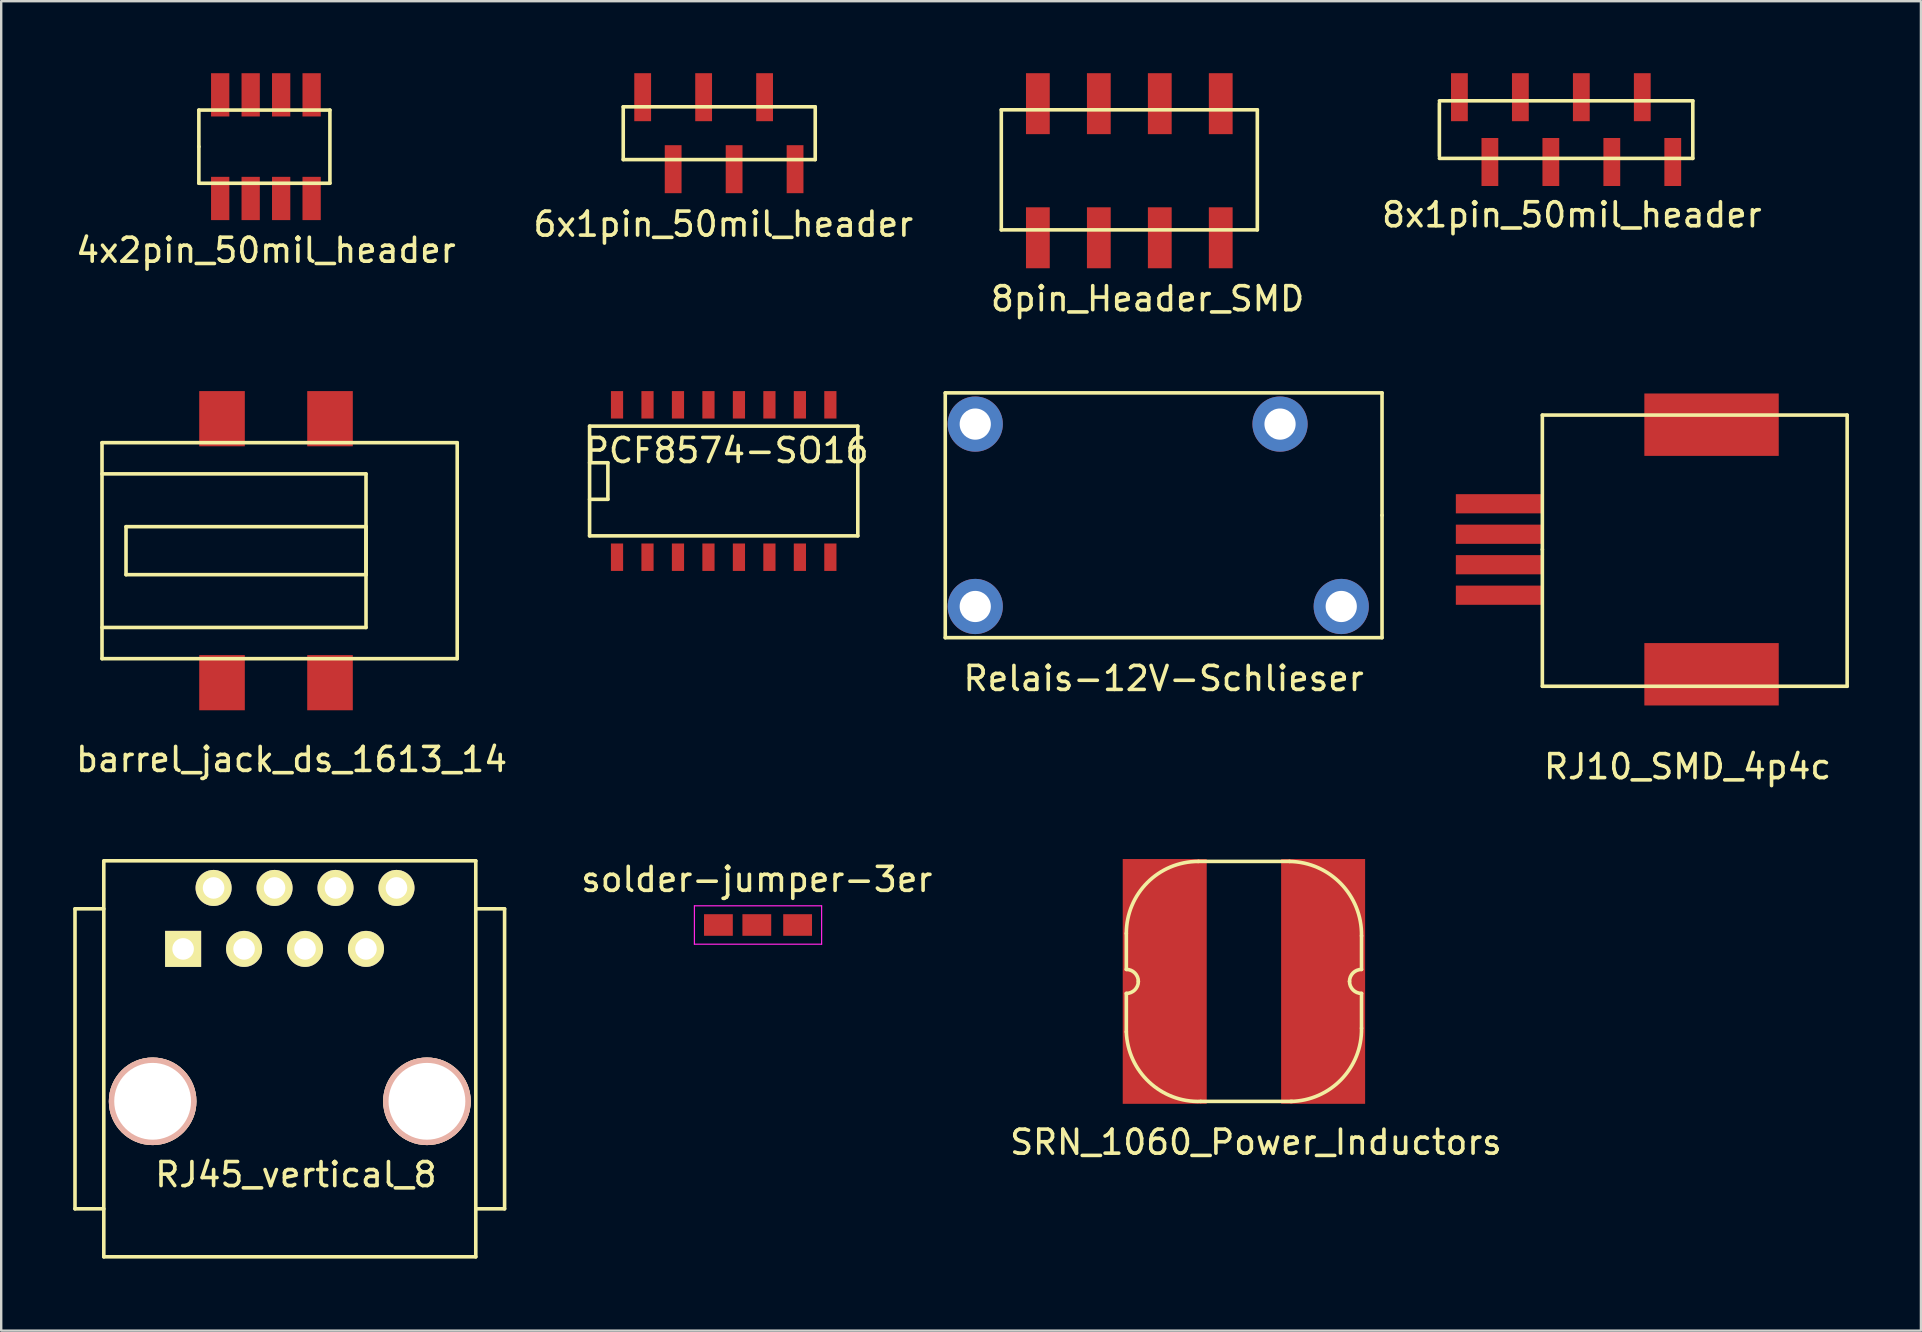
<source format=kicad_pcb>
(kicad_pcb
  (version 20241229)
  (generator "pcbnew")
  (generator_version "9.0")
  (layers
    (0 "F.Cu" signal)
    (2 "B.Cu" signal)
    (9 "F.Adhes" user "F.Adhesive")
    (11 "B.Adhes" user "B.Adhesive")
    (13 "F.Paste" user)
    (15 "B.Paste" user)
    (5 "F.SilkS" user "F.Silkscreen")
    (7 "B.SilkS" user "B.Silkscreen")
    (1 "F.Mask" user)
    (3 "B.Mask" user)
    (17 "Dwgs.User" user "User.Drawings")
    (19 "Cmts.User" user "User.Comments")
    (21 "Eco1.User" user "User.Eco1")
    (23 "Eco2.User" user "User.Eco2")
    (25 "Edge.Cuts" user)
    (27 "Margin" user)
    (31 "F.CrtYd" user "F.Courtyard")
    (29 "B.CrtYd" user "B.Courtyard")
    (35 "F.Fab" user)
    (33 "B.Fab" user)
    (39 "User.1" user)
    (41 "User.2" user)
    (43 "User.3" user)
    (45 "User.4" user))
  (footprint "RJ45_vertical_8"
    (layer "F.Cu")
    (at 9.025 41.069)
    (property "Reference" "RJ45_vertical_8" (at 0.254 4.826 0) (layer "F.SilkS") (effects (font (size 1 1) (thickness 0.15))))
    (attr through_hole)
    (fp_line (start -8.95 -6.25) (end -8.95 6.25) (stroke (width 0.15) (type solid)) (layer "F.SilkS"))
    (fp_line (start -8.95 6.25) (end -7.75 6.25) (stroke (width 0.15) (type solid)) (layer "F.SilkS"))
    (fp_line (start -7.75 -8.25) (end -7.75 8.25) (stroke (width 0.15) (type solid)) (layer "F.SilkS"))
    (fp_line (start -7.75 -6.25) (end -8.95 -6.25) (stroke (width 0.15) (type solid)) (layer "F.SilkS"))
    (fp_line (start -7.75 8.25) (end 7.75 8.25) (stroke (width 0.15) (type solid)) (layer "F.SilkS"))
    (fp_line (start 7.75 -8.25) (end -7.74 -8.25) (stroke (width 0.15) (type solid)) (layer "F.SilkS"))
    (fp_line (start 7.75 -6.25) (end 8.95 -6.25) (stroke (width 0.15) (type solid)) (layer "F.SilkS"))
    (fp_line (start 7.75 8.25) (end 7.75 -8.25) (stroke (width 0.15) (type solid)) (layer "F.SilkS"))
    (fp_line (start 8.95 -6.25) (end 8.95 6.25) (stroke (width 0.15) (type solid)) (layer "F.SilkS"))
    (fp_line (start 8.95 6.25) (end 7.75 6.25) (stroke (width 0.15) (type solid)) (layer "F.SilkS"))
    (pad "" np_thru_hole circle (at -5.715 1.77) (size 3.65 3.65) (drill 3.2) (layers "*.Cu" "*.SilkS" "*.Mask"))
    (pad "" np_thru_hole circle (at 5.715 1.77) (size 3.65 3.65) (drill 3.2) (layers "*.Cu" "*.SilkS" "*.Mask"))
    (pad "1" thru_hole rect (at -4.445 -4.58) (size 1.501 1.501) (drill 0.899) (layers "*.Cu" "*.Mask" "F.SilkS"))
    (pad "2" thru_hole circle (at -3.175 -7.12) (size 1.501 1.501) (drill 0.899) (layers "*.Cu" "*.Mask" "F.SilkS"))
    (pad "3" thru_hole circle (at -1.905 -4.58) (size 1.501 1.501) (drill 0.899) (layers "*.Cu" "*.Mask" "F.SilkS"))
    (pad "4" thru_hole circle (at -0.635 -7.12) (size 1.501 1.501) (drill 0.899) (layers "*.Cu" "*.Mask" "F.SilkS"))
    (pad "5" thru_hole circle (at 0.635 -4.58) (size 1.501 1.501) (drill 0.899) (layers "*.Cu" "*.Mask" "F.SilkS"))
    (pad "6" thru_hole circle (at 1.905 -7.12) (size 1.501 1.501) (drill 0.899) (layers "*.Cu" "*.Mask" "F.SilkS"))
    (pad "7" thru_hole circle (at 3.175 -4.58) (size 1.501 1.501) (drill 0.899) (layers "*.Cu" "*.Mask" "F.SilkS"))
    (pad "8" thru_hole circle (at 4.445 -7.12) (size 1.501 1.501) (drill 0.899) (layers "*.Cu" "*.Mask" "F.SilkS")))
  (footprint "solder-jumper-3er"
    (layer "F.Cu")
    (at 28.485 35.493)
    (property "Reference" "solder-jumper-3er" (at 0 -1.9 0) (layer "F.SilkS") (effects (font (size 1 1) (thickness 0.15))))
    (attr smd)
    (fp_line (start -2.6 -0.8) (end -2.6 0.8) (stroke (width 0.05) (type solid)) (layer "F.CrtYd"))
    (fp_line (start -2.6 -0.8) (end 2.7 -0.8) (stroke (width 0.05) (type solid)) (layer "F.CrtYd"))
    (fp_line (start -2.6 0.8) (end 2.7 0.8) (stroke (width 0.05) (type solid)) (layer "F.CrtYd"))
    (fp_line (start 2.7 -0.8) (end 2.7 0.8) (stroke (width 0.05) (type solid)) (layer "F.CrtYd"))
    (pad "1" smd rect (at -1.6 0) (size 1.2 0.9) (layers "F.Cu" "F.Mask" "F.Paste"))
    (pad "2" smd rect (at 0 0) (size 1.2 0.9) (layers "F.Cu" "F.Mask" "F.Paste"))
    (pad "3" smd rect (at 1.7 0) (size 1.2 0.9) (layers "F.Cu" "F.Mask" "F.Paste")))
  (footprint "barrel_jack_ds_1613_14"
    (layer "F.Cu")
    (at 8.601 19.896)
    (property "Reference" "barrel_jack_ds_1613_14" (at 0.5 8.7 0) (layer "F.SilkS") (effects (font (size 1 1) (thickness 0.15))))
    (attr through_hole)
    (fp_line (start -7.4 -4.5) (end 7.4 -4.5) (stroke (width 0.15) (type solid)) (layer "F.SilkS"))
    (fp_line (start -7.4 -3.2) (end 3.6 -3.2) (stroke (width 0.15) (type solid)) (layer "F.SilkS"))
    (fp_line (start -7.4 4.5) (end -7.4 -4.5) (stroke (width 0.15) (type solid)) (layer "F.SilkS"))
    (fp_line (start -6.4 -1) (end 3.6 -1) (stroke (width 0.15) (type solid)) (layer "F.SilkS"))
    (fp_line (start -6.4 1) (end -6.4 -1) (stroke (width 0.15) (type solid)) (layer "F.SilkS"))
    (fp_line (start 3.6 -3.2) (end 3.6 3.2) (stroke (width 0.15) (type solid)) (layer "F.SilkS"))
    (fp_line (start 3.6 -1) (end 3.6 1) (stroke (width 0.15) (type solid)) (layer "F.SilkS"))
    (fp_line (start 3.6 1) (end -6.4 1) (stroke (width 0.15) (type solid)) (layer "F.SilkS"))
    (fp_line (start 3.6 3.2) (end -7.4 3.2) (stroke (width 0.15) (type solid)) (layer "F.SilkS"))
    (fp_line (start 7.4 -4.5) (end 7.4 4.5) (stroke (width 0.15) (type solid)) (layer "F.SilkS"))
    (fp_line (start 7.4 4.5) (end -7.4 4.5) (stroke (width 0.15) (type solid)) (layer "F.SilkS"))
    (pad "1" smd rect (at -2.4 5.5) (size 1.9 2.3) (layers "F.Cu" "F.Mask" "F.Paste"))
    (pad "2" smd rect (at 2.1 5.5) (size 1.9 2.3) (layers "F.Cu" "F.Mask" "F.Paste"))
    (pad "3" smd rect (at 2.1 -5.5) (size 1.9 2.3) (layers "F.Cu" "F.Mask" "F.Paste"))
    (pad "4" smd rect (at -2.4 -5.5) (size 1.9 2.3) (layers "F.Cu" "F.Mask" "F.Paste")))
  (footprint "8x1pin_50mil_header"
    (layer "F.Cu")
    (at 62.206 2.35)
    (property "Reference" "8x1pin_50mil_header" (at 0.24 3.55 0) (layer "F.SilkS") (effects (font (size 1 1) (thickness 0.15))))
    (attr through_hole)
    (fp_line (start -5.28 -1.2) (end 5.28 -1.2) (stroke (width 0.15) (type solid)) (layer "F.SilkS"))
    (fp_line (start -5.28 1.1) (end -5.28 -1.1) (stroke (width 0.15) (type solid)) (layer "F.SilkS"))
    (fp_line (start 5.28 -1.2) (end 5.28 1.2) (stroke (width 0.15) (type solid)) (layer "F.SilkS"))
    (fp_line (start 5.28 1.2) (end -5.28 1.2) (stroke (width 0.15) (type solid)) (layer "F.SilkS"))
    (pad "1" smd rect (at -4.445 -1.35) (size 0.7 2) (layers "F.Cu" "F.Mask" "F.Paste"))
    (pad "2" smd rect (at -3.175 1.35) (size 0.7 2) (layers "F.Cu" "F.Mask" "F.Paste"))
    (pad "3" smd rect (at -1.905 -1.35) (size 0.7 2) (layers "F.Cu" "F.Mask" "F.Paste"))
    (pad "4" smd rect (at -0.635 1.35) (size 0.7 2) (layers "F.Cu" "F.Mask" "F.Paste"))
    (pad "5" smd rect (at 0.635 -1.35) (size 0.7 2) (layers "F.Cu" "F.Mask" "F.Paste"))
    (pad "6" smd rect (at 1.905 1.35) (size 0.7 2) (layers "F.Cu" "F.Mask" "F.Paste"))
    (pad "7" smd rect (at 3.175 -1.35) (size 0.7 2) (layers "F.Cu" "F.Mask" "F.Paste"))
    (pad "8" smd rect (at 4.445 1.35) (size 0.7 2) (layers "F.Cu" "F.Mask" "F.Paste")))
  (footprint "PCF8574-SO16"
    (layer "F.Cu")
    (at 27.105 16.993)
    (property "Reference" "PCF8574-SO16" (at 0.127 -1.27 0) (layer "F.SilkS") (effects (font (size 1 1) (thickness 0.15))))
    (attr smd)
    (fp_line (start -5.588 -2.286) (end 5.588 -2.286) (stroke (width 0.15) (type solid)) (layer "F.SilkS"))
    (fp_line (start -5.588 -0.762) (end -4.826 -0.762) (stroke (width 0.15) (type solid)) (layer "F.SilkS"))
    (fp_line (start -5.588 2.286) (end -5.588 -2.286) (stroke (width 0.15) (type solid)) (layer "F.SilkS"))
    (fp_line (start -4.826 -0.762) (end -4.826 0.762) (stroke (width 0.15) (type solid)) (layer "F.SilkS"))
    (fp_line (start -4.826 0.762) (end -5.588 0.762) (stroke (width 0.15) (type solid)) (layer "F.SilkS"))
    (fp_line (start 5.588 -2.286) (end 5.588 2.286) (stroke (width 0.15) (type solid)) (layer "F.SilkS"))
    (fp_line (start 5.588 2.286) (end -5.588 2.286) (stroke (width 0.15) (type solid)) (layer "F.SilkS"))
    (pad "1" smd rect (at -4.445 3.175) (size 0.508 1.143) (layers "F.Cu" "F.Mask" "F.Paste"))
    (pad "2" smd rect (at -3.175 3.175) (size 0.508 1.143) (layers "F.Cu" "F.Mask" "F.Paste"))
    (pad "3" smd rect (at -1.905 3.175) (size 0.508 1.143) (layers "F.Cu" "F.Mask" "F.Paste"))
    (pad "4" smd rect (at -0.635 3.175) (size 0.508 1.143) (layers "F.Cu" "F.Mask" "F.Paste"))
    (pad "5" smd rect (at 0.635 3.175) (size 0.508 1.143) (layers "F.Cu" "F.Mask" "F.Paste"))
    (pad "6" smd rect (at 1.905 3.175) (size 0.508 1.143) (layers "F.Cu" "F.Mask" "F.Paste"))
    (pad "7" smd rect (at 3.175 3.175) (size 0.508 1.143) (layers "F.Cu" "F.Mask" "F.Paste"))
    (pad "8" smd rect (at 4.445 3.175) (size 0.508 1.143) (layers "F.Cu" "F.Mask" "F.Paste"))
    (pad "9" smd rect (at 4.445 -3.175) (size 0.508 1.143) (layers "F.Cu" "F.Mask" "F.Paste"))
    (pad "10" smd rect (at 3.175 -3.175) (size 0.508 1.143) (layers "F.Cu" "F.Mask" "F.Paste"))
    (pad "11" smd rect (at 1.905 -3.175) (size 0.508 1.143) (layers "F.Cu" "F.Mask" "F.Paste"))
    (pad "12" smd rect (at 0.635 -3.175) (size 0.508 1.143) (layers "F.Cu" "F.Mask" "F.Paste"))
    (pad "13" smd rect (at -0.635 -3.175) (size 0.508 1.143) (layers "F.Cu" "F.Mask" "F.Paste"))
    (pad "14" smd rect (at -1.905 -3.175) (size 0.508 1.143) (layers "F.Cu" "F.Mask" "F.Paste"))
    (pad "15" smd rect (at -3.175 -3.175) (size 0.508 1.143) (layers "F.Cu" "F.Mask" "F.Paste"))
    (pad "16" smd rect (at -4.445 -3.175) (size 0.508 1.143) (layers "F.Cu" "F.Mask" "F.Paste")))
  (footprint "8pin_Header_SMD"
    (layer "F.Cu")
    (at 44.006 4.318)
    (property "Reference" "8pin_Header_SMD" (at 0.762 5.08 0) (layer "F.SilkS") (effects (font (size 1 1) (thickness 0.15))))
    (attr through_hole)
    (fp_line (start -5.334 -2.794) (end 5.334 -2.794) (stroke (width 0.15) (type solid)) (layer "F.SilkS"))
    (fp_line (start -5.334 2.21) (end -5.334 -2.794) (stroke (width 0.15) (type solid)) (layer "F.SilkS"))
    (fp_line (start 5.334 -2.794) (end 5.334 2.21) (stroke (width 0.15) (type solid)) (layer "F.SilkS"))
    (fp_line (start 5.334 2.21) (end -5.334 2.21) (stroke (width 0.15) (type solid)) (layer "F.SilkS"))
    (pad "1" smd rect (at -3.81 2.54) (size 0.991 2.54) (layers "F.Cu" "F.Mask" "F.Paste"))
    (pad "2" smd rect (at -3.81 -3.048) (size 0.991 2.54) (layers "F.Cu" "F.Mask" "F.Paste"))
    (pad "3" smd rect (at -1.27 2.54) (size 0.991 2.54) (layers "F.Cu" "F.Mask" "F.Paste"))
    (pad "4" smd rect (at -1.27 -3.048) (size 0.991 2.54) (layers "F.Cu" "F.Mask" "F.Paste"))
    (pad "5" smd rect (at 1.27 2.54) (size 0.991 2.54) (layers "F.Cu" "F.Mask" "F.Paste"))
    (pad "6" smd rect (at 1.27 -3.048) (size 0.991 2.54) (layers "F.Cu" "F.Mask" "F.Paste"))
    (pad "7" smd rect (at 3.81 2.54) (size 0.991 2.54) (layers "F.Cu" "F.Mask" "F.Paste"))
    (pad "8" smd rect (at 3.81 -3.048) (size 0.991 2.54) (layers "F.Cu" "F.Mask" "F.Paste")))
  (footprint "4x2pin_50mil_header"
    (layer "F.Cu")
    (at 8.03 3.061)
    (property "Reference" "4x2pin_50mil_header" (at 0 4.318 0) (layer "F.SilkS") (effects (font (size 1 1) (thickness 0.15))))
    (attr through_hole)
    (fp_line (start -2.794 -1.524) (end 2.667 -1.524) (stroke (width 0.15) (type solid)) (layer "F.SilkS"))
    (fp_line (start -2.794 0) (end -2.794 -1.524) (stroke (width 0.15) (type solid)) (layer "F.SilkS"))
    (fp_line (start -2.794 1.524) (end -2.794 0) (stroke (width 0.15) (type solid)) (layer "F.SilkS"))
    (fp_line (start 2.667 -1.524) (end 2.667 1.524) (stroke (width 0.15) (type solid)) (layer "F.SilkS"))
    (fp_line (start 2.667 1.524) (end -2.794 1.524) (stroke (width 0.15) (type solid)) (layer "F.SilkS"))
    (pad "1" smd rect (at -1.905 2.159) (size 0.762 1.803) (layers "F.Cu" "F.Mask" "F.Paste"))
    (pad "2" smd rect (at -0.635 2.159) (size 0.762 1.803) (layers "F.Cu" "F.Mask" "F.Paste"))
    (pad "3" smd rect (at 0.635 2.159) (size 0.762 1.803) (layers "F.Cu" "F.Mask" "F.Paste"))
    (pad "4" smd rect (at 1.905 2.159) (size 0.762 1.803) (layers "F.Cu" "F.Mask" "F.Paste"))
    (pad "5" smd rect (at 1.905 -2.159) (size 0.762 1.803) (layers "F.Cu" "F.Mask" "F.Paste"))
    (pad "6" smd rect (at 0.635 -2.159) (size 0.762 1.803) (layers "F.Cu" "F.Mask" "F.Paste"))
    (pad "7" smd rect (at -0.635 -2.159) (size 0.762 1.803) (layers "F.Cu" "F.Mask" "F.Paste"))
    (pad "8" smd rect (at -1.905 -2.159) (size 0.762 1.803) (layers "F.Cu" "F.Mask" "F.Paste")))
  (footprint "SRN_1060_Power_Inductors"
    (layer "F.Cu")
    (at 48.782 37.844)
    (property "Reference" "SRN_1060_Power_Inductors" (at 0.5 6.7 0) (layer "F.SilkS") (effects (font (size 1 1) (thickness 0.15))))
    (attr through_hole)
    (fp_line (start -4.9 -2) (end -4.9 -0.5) (stroke (width 0.15) (type solid)) (layer "F.SilkS"))
    (fp_line (start -4.9 2.1) (end -4.9 0.5) (stroke (width 0.15) (type solid)) (layer "F.SilkS"))
    (fp_line (start -1.9 -5) (end 1.9 -5) (stroke (width 0.15) (type solid)) (layer "F.SilkS"))
    (fp_line (start -1.8 5) (end 2 5) (stroke (width 0.15) (type solid)) (layer "F.SilkS"))
    (fp_line (start 4.9 -1.9) (end 4.9 -0.5) (stroke (width 0.15) (type solid)) (layer "F.SilkS"))
    (fp_line (start 4.9 1.95) (end 4.9 0.5) (stroke (width 0.15) (type solid)) (layer "F.SilkS"))
    (fp_arc (start -4.9 -2) (mid -4.02132 -4.12132) (end -1.9 -5) (stroke (width 0.15) (type solid)) (layer "F.SilkS"))
    (fp_arc (start -4.9 -0.5) (mid -4.546447 -0.353553) (end -4.4 0) (stroke (width 0.15) (type solid)) (layer "F.SilkS"))
    (fp_arc (start -4.4 0) (mid -4.546447 0.353553) (end -4.9 0.5) (stroke (width 0.15) (type solid)) (layer "F.SilkS"))
    (fp_arc (start -1.8 5) (mid -3.95061 4.192031) (end -4.9 2.1) (stroke (width 0.15) (type solid)) (layer "F.SilkS"))
    (fp_arc (start 1.9 -5) (mid 4.042031 -4.07132) (end 4.9 -1.9) (stroke (width 0.15) (type solid)) (layer "F.SilkS"))
    (fp_arc (start 4.4 0) (mid 4.546447 -0.353553) (end 4.9 -0.5) (stroke (width 0.15) (type solid)) (layer "F.SilkS"))
    (fp_arc (start 4.9 0.5) (mid 4.546447 0.353553) (end 4.4 0) (stroke (width 0.15) (type solid)) (layer "F.SilkS"))
    (fp_arc (start 4.9 1.95) (mid 4.056676 4.085965) (end 1.95 5) (stroke (width 0.15) (type solid)) (layer "F.SilkS"))
    (pad "1" smd rect (at -3.3 0) (size 3.5 10.2) (layers "F.Cu" "F.Mask" "F.Paste"))
    (pad "2" smd rect (at 3.3 0) (size 3.5 10.2) (layers "F.Cu" "F.Mask" "F.Paste")))
  (footprint "6x1pin_50mil_header"
    (layer "F.Cu")
    (at 26.849 2.74)
    (property "Reference" "6x1pin_50mil_header" (at 0.24 3.55 0) (layer "F.SilkS") (effects (font (size 1 1) (thickness 0.15))))
    (attr through_hole)
    (fp_line (start -3.93 -1.34) (end 4.07 -1.34) (stroke (width 0.15) (type solid)) (layer "F.SilkS"))
    (fp_line (start -3.93 0.86) (end -3.93 -1.34) (stroke (width 0.15) (type solid)) (layer "F.SilkS"))
    (fp_line (start 4.07 -1.34) (end 4.07 0.86) (stroke (width 0.15) (type solid)) (layer "F.SilkS"))
    (fp_line (start 4.07 0.86) (end -3.93 0.86) (stroke (width 0.15) (type solid)) (layer "F.SilkS"))
    (pad "1" smd rect (at -3.12 -1.74) (size 0.7 2) (layers "F.Cu" "F.Mask" "F.Paste"))
    (pad "2" smd rect (at -1.85 1.26) (size 0.7 2) (layers "F.Cu" "F.Mask" "F.Paste"))
    (pad "3" smd rect (at -0.58 -1.74) (size 0.7 2) (layers "F.Cu" "F.Mask" "F.Paste"))
    (pad "4" smd rect (at 0.69 1.26) (size 0.7 2) (layers "F.Cu" "F.Mask" "F.Paste"))
    (pad "5" smd rect (at 1.96 -1.74) (size 0.7 2) (layers "F.Cu" "F.Mask" "F.Paste"))
    (pad "6" smd rect (at 3.23 1.26) (size 0.7 2) (layers "F.Cu" "F.Mask" "F.Paste")))
  (footprint "RJ10_SMD_4p4c"
    (layer "F.Cu")
    (at 61.217 13.496)
    (property "Reference" "RJ10_SMD_4p4c" (at 6.05 15.4 0) (layer "F.SilkS") (effects (font (size 1 1) (thickness 0.15))))
    (attr through_hole)
    (fp_line (start 0 0.75) (end 12.7 0.75) (stroke (width 0.15) (type solid)) (layer "F.SilkS"))
    (fp_line (start 0 6.35) (end 0 0.75) (stroke (width 0.15) (type solid)) (layer "F.SilkS"))
    (fp_line (start 0 12.05) (end 0 6.35) (stroke (width 0.15) (type solid)) (layer "F.SilkS"))
    (fp_line (start 12.7 0.75) (end 12.7 12.05) (stroke (width 0.15) (type solid)) (layer "F.SilkS"))
    (fp_line (start 12.7 12.05) (end 0 12.05) (stroke (width 0.15) (type solid)) (layer "F.SilkS"))
    (pad "1" smd rect (at 7.05 1.15) (size 5.6 2.6) (layers "F.Cu" "F.Mask" "F.Paste"))
    (pad "1" smd rect (at 7.05 11.55) (size 5.6 2.6) (layers "F.Cu" "F.Mask" "F.Paste"))
    (pad "2" smd rect (at -1.805 4.445) (size 3.6 0.8) (layers "F.Cu" "F.Mask" "F.Paste"))
    (pad "2" smd rect (at -1.805 5.715) (size 3.6 0.8) (layers "F.Cu" "F.Mask" "F.Paste"))
    (pad "2" smd rect (at -1.805 6.985) (size 3.6 0.8) (layers "F.Cu" "F.Mask" "F.Paste"))
    (pad "2" smd rect (at -1.805 8.255) (size 3.6 0.8) (layers "F.Cu" "F.Mask" "F.Paste")))
  (footprint "Relais-12V-Schlieser"
    (layer "F.Cu")
    (at 45.437 18.421)
    (property "Reference" "Relais-12V-Schlieser" (at 0 6.8 0) (layer "F.SilkS") (effects (font (size 1 1) (thickness 0.15))))
    (attr through_hole)
    (fp_line (start -9.1 -5.1) (end -9.1 5.1) (stroke (width 0.15) (type solid)) (layer "F.SilkS"))
    (fp_line (start -9.1 5.1) (end 9.1 5.1) (stroke (width 0.15) (type solid)) (layer "F.SilkS"))
    (fp_line (start 9.1 -5.1) (end -9.1 -5.1) (stroke (width 0.15) (type solid)) (layer "F.SilkS"))
    (fp_line (start 9.1 0) (end 9.1 -5.1) (stroke (width 0.15) (type solid)) (layer "F.SilkS"))
    (fp_line (start 9.1 5.1) (end 9.1 0) (stroke (width 0.15) (type solid)) (layer "F.SilkS"))
    (pad "1" thru_hole circle (at -7.85 -3.8) (size 2.3 2.3) (drill 1.3) (layers "*.Cu" "*.Mask"))
    (pad "2" thru_hole circle (at -7.85 3.8) (size 2.3 2.3) (drill 1.3) (layers "*.Cu" "*.Mask"))
    (pad "3" thru_hole circle (at 4.85 -3.8) (size 2.3 2.3) (drill 1.3) (layers "*.Cu" "*.Mask"))
    (pad "4" thru_hole circle (at 7.4 3.8) (size 2.3 2.3) (drill 1.3) (layers "*.Cu" "*.Mask")))
  (gr_rect
    (start -3 -3)
    (end 76.992 52.395)
    (stroke (width 0.1) (type default))
    (fill no)
    (layer "Edge.Cuts")))
</source>
